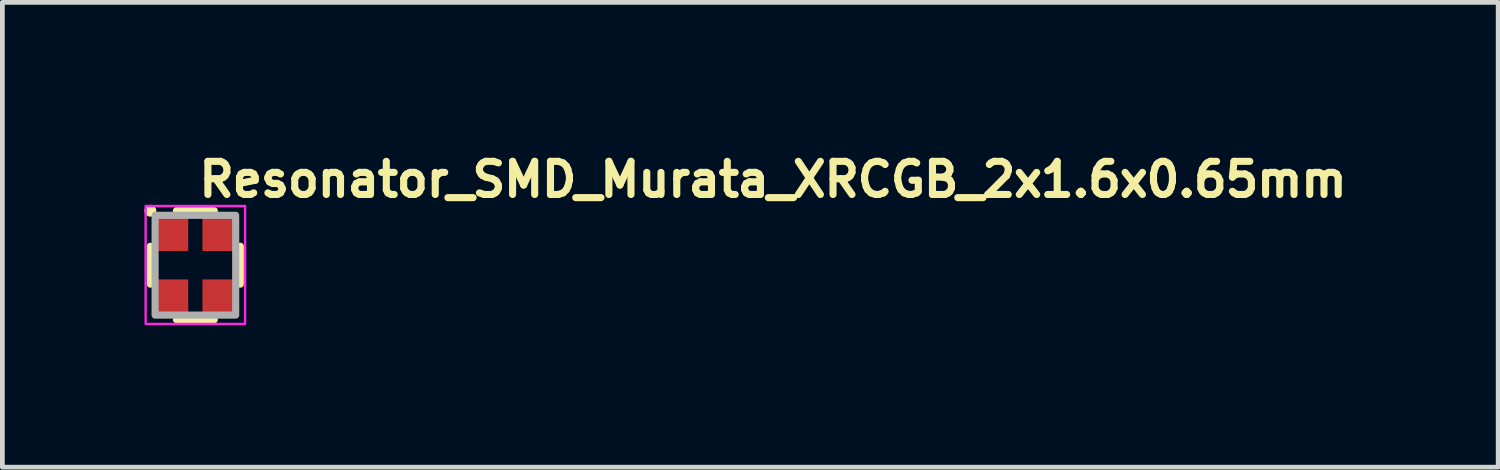
<source format=kicad_pcb>
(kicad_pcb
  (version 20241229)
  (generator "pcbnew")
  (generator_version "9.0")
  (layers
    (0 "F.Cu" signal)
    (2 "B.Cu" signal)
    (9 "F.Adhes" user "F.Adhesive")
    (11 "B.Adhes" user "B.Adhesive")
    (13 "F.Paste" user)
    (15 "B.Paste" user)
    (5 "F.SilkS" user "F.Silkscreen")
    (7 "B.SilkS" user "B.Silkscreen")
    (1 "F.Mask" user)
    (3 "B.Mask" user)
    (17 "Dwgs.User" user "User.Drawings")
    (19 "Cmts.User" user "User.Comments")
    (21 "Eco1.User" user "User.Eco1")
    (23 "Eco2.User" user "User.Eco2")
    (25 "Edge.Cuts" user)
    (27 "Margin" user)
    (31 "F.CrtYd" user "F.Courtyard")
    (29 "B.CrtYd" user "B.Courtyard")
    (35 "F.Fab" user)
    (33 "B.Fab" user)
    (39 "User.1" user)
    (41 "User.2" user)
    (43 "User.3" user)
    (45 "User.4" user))
  (footprint "Resonator_SMD_Murata_XRCGB_2x1.6x0.65mm"
    (layer "F.Cu")
    (at 1.075 2.55)
    (property "Reference" "Resonator_SMD_Murata_XRCGB_2x1.6x0.65mm" (at 0 -1.4 180) (layer "F.SilkS") (effects (font (size 0.7 0.7) (thickness 0.15)) (justify left bottom)))
    (attr smd)
    (fp_line (start -0.95 0.4) (end -0.95 -0.4) (stroke (width 0.15) (type solid)) (layer "F.SilkS"))
    (fp_line (start -0.4 -1.15) (end 0.4 -1.15) (stroke (width 0.15) (type solid)) (layer "F.SilkS"))
    (fp_line (start -0.4 1.15) (end 0.4 1.15) (stroke (width 0.15) (type solid)) (layer "F.SilkS"))
    (fp_line (start 0.95 0.4) (end 0.95 -0.4) (stroke (width 0.15) (type solid)) (layer "F.SilkS"))
    (fp_circle (center -0.95 -1.15) (end -0.9 -1.15) (stroke (width 0.15) (type solid)) (fill yes) (layer "F.SilkS"))
    (fp_rect (start -1.05 -1.25) (end 1.05 1.24) (stroke (width 0.05) (type solid)) (fill no) (layer "F.CrtYd"))
    (fp_rect (start -0.85 -1.054) (end 0.852 1.054) (stroke (width 0.15) (type solid)) (fill no) (layer "F.Fab"))
    (fp_rect (start -0.8 -1) (end 0.8 1) (stroke (width 0.15) (type solid)) (fill no) (layer "User.5"))
    (fp_line (start -0.8 -0.938) (end -0.8 -0.263) (stroke (width 0.02) (type solid)) (layer "User.9"))
    (fp_line (start -0.8 -0.263) (end -0.798 -0.263) (stroke (width 0.02) (type solid)) (layer "User.9"))
    (fp_line (start -0.8 -0.263) (end -0.798 -0.263) (stroke (width 0.02) (type solid)) (layer "User.9"))
    (fp_line (start -0.8 0.263) (end -0.8 0.937) (stroke (width 0.02) (type solid)) (layer "User.9"))
    (fp_line (start -0.8 0.937) (end -0.798 0.937) (stroke (width 0.02) (type solid)) (layer "User.9"))
    (fp_line (start -0.798 -0.938) (end -0.8 -0.938) (stroke (width 0.02) (type solid)) (layer "User.9"))
    (fp_line (start -0.798 -0.263) (end -0.794 -0.263) (stroke (width 0.02) (type solid)) (layer "User.9"))
    (fp_line (start -0.798 -0.263) (end -0.794 -0.263) (stroke (width 0.02) (type solid)) (layer "User.9"))
    (fp_line (start -0.798 0.262) (end -0.8 0.263) (stroke (width 0.02) (type solid)) (layer "User.9"))
    (fp_line (start -0.798 0.937) (end -0.794 0.937) (stroke (width 0.02) (type solid)) (layer "User.9"))
    (fp_line (start -0.794 -0.938) (end -0.798 -0.938) (stroke (width 0.02) (type solid)) (layer "User.9"))
    (fp_line (start -0.794 -0.263) (end -0.791 -0.263) (stroke (width 0.02) (type solid)) (layer "User.9"))
    (fp_line (start -0.794 -0.263) (end -0.791 -0.263) (stroke (width 0.02) (type solid)) (layer "User.9"))
    (fp_line (start -0.794 0.262) (end -0.798 0.262) (stroke (width 0.02) (type solid)) (layer "User.9"))
    (fp_line (start -0.794 0.937) (end -0.791 0.937) (stroke (width 0.02) (type solid)) (layer "User.9"))
    (fp_line (start -0.791 -0.938) (end -0.794 -0.938) (stroke (width 0.02) (type solid)) (layer "User.9"))
    (fp_line (start -0.791 -0.263) (end -0.787 -0.262) (stroke (width 0.02) (type solid)) (layer "User.9"))
    (fp_line (start -0.791 -0.263) (end -0.787 -0.262) (stroke (width 0.02) (type solid)) (layer "User.9"))
    (fp_line (start -0.791 0.262) (end -0.794 0.262) (stroke (width 0.02) (type solid)) (layer "User.9"))
    (fp_line (start -0.791 0.937) (end -0.789 0.938) (stroke (width 0.02) (type solid)) (layer "User.9"))
    (fp_line (start -0.789 -0.94) (end -0.791 -0.938) (stroke (width 0.02) (type solid)) (layer "User.9"))
    (fp_line (start -0.789 0.938) (end -0.785 0.938) (stroke (width 0.02) (type solid)) (layer "User.9"))
    (fp_line (start -0.787 -0.262) (end -0.785 -0.262) (stroke (width 0.02) (type solid)) (layer "User.9"))
    (fp_line (start -0.787 -0.262) (end -0.785 -0.262) (stroke (width 0.02) (type solid)) (layer "User.9"))
    (fp_line (start -0.787 0.261) (end -0.791 0.262) (stroke (width 0.02) (type solid)) (layer "User.9"))
    (fp_line (start -0.785 -0.94) (end -0.789 -0.94) (stroke (width 0.02) (type solid)) (layer "User.9"))
    (fp_line (start -0.785 -0.262) (end -0.781 -0.261) (stroke (width 0.02) (type solid)) (layer "User.9"))
    (fp_line (start -0.785 -0.262) (end -0.781 -0.261) (stroke (width 0.02) (type solid)) (layer "User.9"))
    (fp_line (start -0.785 0.261) (end -0.787 0.261) (stroke (width 0.02) (type solid)) (layer "User.9"))
    (fp_line (start -0.785 0.938) (end -0.783 0.939) (stroke (width 0.02) (type solid)) (layer "User.9"))
    (fp_line (start -0.783 -0.94) (end -0.785 -0.94) (stroke (width 0.02) (type solid)) (layer "User.9"))
    (fp_line (start -0.783 0.939) (end -0.779 0.94) (stroke (width 0.02) (type solid)) (layer "User.9"))
    (fp_line (start -0.781 -0.261) (end -0.779 -0.26) (stroke (width 0.02) (type solid)) (layer "User.9"))
    (fp_line (start -0.781 -0.261) (end -0.779 -0.26) (stroke (width 0.02) (type solid)) (layer "User.9"))
    (fp_line (start -0.781 0.26) (end -0.785 0.261) (stroke (width 0.02) (type solid)) (layer "User.9"))
    (fp_line (start -0.779 -0.942) (end -0.783 -0.94) (stroke (width 0.02) (type solid)) (layer "User.9"))
    (fp_line (start -0.779 -0.26) (end -0.777 -0.258) (stroke (width 0.02) (type solid)) (layer "User.9"))
    (fp_line (start -0.779 -0.26) (end -0.777 -0.258) (stroke (width 0.02) (type solid)) (layer "User.9"))
    (fp_line (start -0.779 0.259) (end -0.781 0.26) (stroke (width 0.02) (type solid)) (layer "User.9"))
    (fp_line (start -0.779 0.94) (end -0.777 0.941) (stroke (width 0.02) (type solid)) (layer "User.9"))
    (fp_line (start -0.777 -0.942) (end -0.779 -0.942) (stroke (width 0.02) (type solid)) (layer "User.9"))
    (fp_line (start -0.777 -0.258) (end -0.773 -0.256) (stroke (width 0.02) (type solid)) (layer "User.9"))
    (fp_line (start -0.777 -0.258) (end -0.773 -0.256) (stroke (width 0.02) (type solid)) (layer "User.9"))
    (fp_line (start -0.777 0.258) (end -0.779 0.259) (stroke (width 0.02) (type solid)) (layer "User.9"))
    (fp_line (start -0.777 0.941) (end -0.773 0.942) (stroke (width 0.02) (type solid)) (layer "User.9"))
    (fp_line (start -0.773 -0.944) (end -0.777 -0.942) (stroke (width 0.02) (type solid)) (layer "User.9"))
    (fp_line (start -0.773 -0.256) (end -0.771 -0.255) (stroke (width 0.02) (type solid)) (layer "User.9"))
    (fp_line (start -0.773 -0.256) (end -0.771 -0.255) (stroke (width 0.02) (type solid)) (layer "User.9"))
    (fp_line (start -0.773 0.256) (end -0.777 0.258) (stroke (width 0.02) (type solid)) (layer "User.9"))
    (fp_line (start -0.773 0.942) (end -0.771 0.944) (stroke (width 0.02) (type solid)) (layer "User.9"))
    (fp_line (start -0.771 -0.946) (end -0.773 -0.944) (stroke (width 0.02) (type solid)) (layer "User.9"))
    (fp_line (start -0.771 -0.255) (end -0.769 -0.253) (stroke (width 0.02) (type solid)) (layer "User.9"))
    (fp_line (start -0.771 -0.255) (end -0.769 -0.253) (stroke (width 0.02) (type solid)) (layer "User.9"))
    (fp_line (start -0.771 0.255) (end -0.773 0.256) (stroke (width 0.02) (type solid)) (layer "User.9"))
    (fp_line (start -0.771 0.944) (end -0.769 0.945) (stroke (width 0.02) (type solid)) (layer "User.9"))
    (fp_line (start -0.769 -0.946) (end -0.771 -0.946) (stroke (width 0.02) (type solid)) (layer "User.9"))
    (fp_line (start -0.769 -0.253) (end -0.765 -0.252) (stroke (width 0.02) (type solid)) (layer "User.9"))
    (fp_line (start -0.769 -0.253) (end -0.765 -0.252) (stroke (width 0.02) (type solid)) (layer "User.9"))
    (fp_line (start -0.769 0.252) (end -0.771 0.255) (stroke (width 0.02) (type solid)) (layer "User.9"))
    (fp_line (start -0.769 0.945) (end -0.765 0.947) (stroke (width 0.02) (type solid)) (layer "User.9"))
    (fp_line (start -0.765 -0.948) (end -0.769 -0.946) (stroke (width 0.02) (type solid)) (layer "User.9"))
    (fp_line (start -0.765 -0.252) (end -0.763 -0.25) (stroke (width 0.02) (type solid)) (layer "User.9"))
    (fp_line (start -0.765 -0.252) (end -0.763 -0.25) (stroke (width 0.02) (type solid)) (layer "User.9"))
    (fp_line (start -0.765 0.251) (end -0.769 0.252) (stroke (width 0.02) (type solid)) (layer "User.9"))
    (fp_line (start -0.765 0.947) (end -0.763 0.949) (stroke (width 0.02) (type solid)) (layer "User.9"))
    (fp_line (start -0.763 -0.95) (end -0.765 -0.948) (stroke (width 0.02) (type solid)) (layer "User.9"))
    (fp_line (start -0.763 -0.25) (end -0.761 -0.248) (stroke (width 0.02) (type solid)) (layer "User.9"))
    (fp_line (start -0.763 -0.25) (end -0.761 -0.248) (stroke (width 0.02) (type solid)) (layer "User.9"))
    (fp_line (start -0.763 0.249) (end -0.765 0.251) (stroke (width 0.02) (type solid)) (layer "User.9"))
    (fp_line (start -0.763 0.949) (end -0.761 0.951) (stroke (width 0.02) (type solid)) (layer "User.9"))
    (fp_line (start -0.761 -0.952) (end -0.763 -0.95) (stroke (width 0.02) (type solid)) (layer "User.9"))
    (fp_line (start -0.761 -0.248) (end -0.759 -0.246) (stroke (width 0.02) (type solid)) (layer "User.9"))
    (fp_line (start -0.761 -0.248) (end -0.759 -0.246) (stroke (width 0.02) (type solid)) (layer "User.9"))
    (fp_line (start -0.761 0.247) (end -0.763 0.249) (stroke (width 0.02) (type solid)) (layer "User.9"))
    (fp_line (start -0.761 0.951) (end -0.759 0.953) (stroke (width 0.02) (type solid)) (layer "User.9"))
    (fp_line (start -0.759 -0.954) (end -0.761 -0.952) (stroke (width 0.02) (type solid)) (layer "User.9"))
    (fp_line (start -0.759 -0.246) (end -0.757 -0.244) (stroke (width 0.02) (type solid)) (layer "User.9"))
    (fp_line (start -0.759 -0.246) (end -0.757 -0.244) (stroke (width 0.02) (type solid)) (layer "User.9"))
    (fp_line (start -0.759 0.245) (end -0.761 0.247) (stroke (width 0.02) (type solid)) (layer "User.9"))
    (fp_line (start -0.759 0.953) (end -0.757 0.955) (stroke (width 0.02) (type solid)) (layer "User.9"))
    (fp_line (start -0.757 -0.956) (end -0.759 -0.954) (stroke (width 0.02) (type solid)) (layer "User.9"))
    (fp_line (start -0.757 -0.956) (end -0.757 -0.956) (stroke (width 0.02) (type solid)) (layer "User.9"))
    (fp_line (start -0.757 -0.244) (end -0.755 -0.242) (stroke (width 0.02) (type solid)) (layer "User.9"))
    (fp_line (start -0.757 -0.244) (end -0.755 -0.242) (stroke (width 0.02) (type solid)) (layer "User.9"))
    (fp_line (start -0.757 0.243) (end -0.759 0.245) (stroke (width 0.02) (type solid)) (layer "User.9"))
    (fp_line (start -0.757 0.955) (end -0.757 0.955) (stroke (width 0.02) (type solid)) (layer "User.9"))
    (fp_line (start -0.757 0.955) (end -0.755 0.958) (stroke (width 0.02) (type solid)) (layer "User.9"))
    (fp_line (start -0.755 -0.958) (end -0.757 -0.956) (stroke (width 0.02) (type solid)) (layer "User.9"))
    (fp_line (start -0.755 -0.242) (end -0.753 -0.24) (stroke (width 0.02) (type solid)) (layer "User.9"))
    (fp_line (start -0.755 -0.242) (end -0.753 -0.24) (stroke (width 0.02) (type solid)) (layer "User.9"))
    (fp_line (start -0.755 0.241) (end -0.757 0.243) (stroke (width 0.02) (type solid)) (layer "User.9"))
    (fp_line (start -0.755 0.958) (end -0.753 0.96) (stroke (width 0.02) (type solid)) (layer "User.9"))
    (fp_line (start -0.753 -0.96) (end -0.755 -0.958) (stroke (width 0.02) (type solid)) (layer "User.9"))
    (fp_line (start -0.753 -0.24) (end -0.751 -0.237) (stroke (width 0.02) (type solid)) (layer "User.9"))
    (fp_line (start -0.753 -0.24) (end -0.751 -0.237) (stroke (width 0.02) (type solid)) (layer "User.9"))
    (fp_line (start -0.753 0.239) (end -0.755 0.241) (stroke (width 0.02) (type solid)) (layer "User.9"))
    (fp_line (start -0.753 0.96) (end -0.751 0.963) (stroke (width 0.02) (type solid)) (layer "User.9"))
    (fp_line (start -0.751 -0.964) (end -0.753 -0.96) (stroke (width 0.02) (type solid)) (layer "User.9"))
    (fp_line (start -0.751 -0.237) (end -0.749 -0.235) (stroke (width 0.02) (type solid)) (layer "User.9"))
    (fp_line (start -0.751 -0.237) (end -0.749 -0.235) (stroke (width 0.02) (type solid)) (layer "User.9"))
    (fp_line (start -0.751 0.236) (end -0.753 0.239) (stroke (width 0.02) (type solid)) (layer "User.9"))
    (fp_line (start -0.751 0.963) (end -0.749 0.965) (stroke (width 0.02) (type solid)) (layer "User.9"))
    (fp_line (start -0.749 -0.966) (end -0.751 -0.964) (stroke (width 0.02) (type solid)) (layer "User.9"))
    (fp_line (start -0.749 -0.235) (end -0.747 -0.232) (stroke (width 0.02) (type solid)) (layer "User.9"))
    (fp_line (start -0.749 -0.235) (end -0.747 -0.232) (stroke (width 0.02) (type solid)) (layer "User.9"))
    (fp_line (start -0.749 0.234) (end -0.751 0.236) (stroke (width 0.02) (type solid)) (layer "User.9"))
    (fp_line (start -0.749 0.965) (end -0.747 0.968) (stroke (width 0.02) (type solid)) (layer "User.9"))
    (fp_line (start -0.747 -0.968) (end -0.749 -0.966) (stroke (width 0.02) (type solid)) (layer "User.9"))
    (fp_line (start -0.747 -0.232) (end -0.745 -0.23) (stroke (width 0.02) (type solid)) (layer "User.9"))
    (fp_line (start -0.747 -0.232) (end -0.745 -0.23) (stroke (width 0.02) (type solid)) (layer "User.9"))
    (fp_line (start -0.747 0.231) (end -0.749 0.234) (stroke (width 0.02) (type solid)) (layer "User.9"))
    (fp_line (start -0.747 0.968) (end -0.745 0.971) (stroke (width 0.02) (type solid)) (layer "User.9"))
    (fp_line (start -0.745 -0.972) (end -0.747 -0.968) (stroke (width 0.02) (type solid)) (layer "User.9"))
    (fp_line (start -0.745 -0.23) (end -0.745 -0.227) (stroke (width 0.02) (type solid)) (layer "User.9"))
    (fp_line (start -0.745 -0.23) (end -0.745 -0.227) (stroke (width 0.02) (type solid)) (layer "User.9"))
    (fp_line (start -0.745 -0.227) (end -0.743 -0.224) (stroke (width 0.02) (type solid)) (layer "User.9"))
    (fp_line (start -0.745 -0.227) (end -0.743 -0.224) (stroke (width 0.02) (type solid)) (layer "User.9"))
    (fp_line (start -0.745 0.226) (end -0.745 0.229) (stroke (width 0.02) (type solid)) (layer "User.9"))
    (fp_line (start -0.745 0.229) (end -0.747 0.231) (stroke (width 0.02) (type solid)) (layer "User.9"))
    (fp_line (start -0.745 0.971) (end -0.743 0.973) (stroke (width 0.02) (type solid)) (layer "User.9"))
    (fp_line (start -0.743 -0.976) (end -0.743 -0.974) (stroke (width 0.02) (type solid)) (layer "User.9"))
    (fp_line (start -0.743 -0.974) (end -0.745 -0.972) (stroke (width 0.02) (type solid)) (layer "User.9"))
    (fp_line (start -0.743 -0.224) (end -0.741 -0.221) (stroke (width 0.02) (type solid)) (layer "User.9"))
    (fp_line (start -0.743 -0.224) (end -0.741 -0.221) (stroke (width 0.02) (type solid)) (layer "User.9"))
    (fp_line (start -0.743 0.223) (end -0.745 0.226) (stroke (width 0.02) (type solid)) (layer "User.9"))
    (fp_line (start -0.743 0.973) (end -0.743 0.976) (stroke (width 0.02) (type solid)) (layer "User.9"))
    (fp_line (start -0.743 0.976) (end -0.741 0.979) (stroke (width 0.02) (type solid)) (layer "User.9"))
    (fp_line (start -0.741 -0.982) (end -0.741 -0.98) (stroke (width 0.02) (type solid)) (layer "User.9"))
    (fp_line (start -0.741 -0.98) (end -0.743 -0.976) (stroke (width 0.02) (type solid)) (layer "User.9"))
    (fp_line (start -0.741 -0.221) (end -0.741 -0.219) (stroke (width 0.02) (type solid)) (layer "User.9"))
    (fp_line (start -0.741 -0.221) (end -0.741 -0.219) (stroke (width 0.02) (type solid)) (layer "User.9"))
    (fp_line (start -0.741 -0.219) (end -0.739 -0.216) (stroke (width 0.02) (type solid)) (layer "User.9"))
    (fp_line (start -0.741 -0.219) (end -0.739 -0.216) (stroke (width 0.02) (type solid)) (layer "User.9"))
    (fp_line (start -0.741 0.219) (end -0.741 0.22) (stroke (width 0.02) (type solid)) (layer "User.9"))
    (fp_line (start -0.741 0.22) (end -0.743 0.223) (stroke (width 0.02) (type solid)) (layer "User.9"))
    (fp_line (start -0.741 0.979) (end -0.741 0.982) (stroke (width 0.02) (type solid)) (layer "User.9"))
    (fp_line (start -0.741 0.982) (end -0.739 0.985) (stroke (width 0.02) (type solid)) (layer "User.9"))
    (fp_line (start -0.739 -1) (end -0.739 -0.998) (stroke (width 0.02) (type solid)) (layer "User.9"))
    (fp_line (start -0.739 -0.998) (end -0.739 -0.994) (stroke (width 0.02) (type solid)) (layer "User.9"))
    (fp_line (start -0.739 -0.994) (end -0.739 -0.992) (stroke (width 0.02) (type solid)) (layer "User.9"))
    (fp_line (start -0.739 -0.992) (end -0.739 -0.988) (stroke (width 0.02) (type solid)) (layer "User.9"))
    (fp_line (start -0.739 -0.988) (end -0.739 -0.986) (stroke (width 0.02) (type solid)) (layer "User.9"))
    (fp_line (start -0.739 -0.986) (end -0.741 -0.982) (stroke (width 0.02) (type solid)) (layer "User.9"))
    (fp_line (start -0.739 -0.216) (end -0.739 -0.213) (stroke (width 0.02) (type solid)) (layer "User.9"))
    (fp_line (start -0.739 -0.216) (end -0.739 -0.213) (stroke (width 0.02) (type solid)) (layer "User.9"))
    (fp_line (start -0.739 -0.213) (end -0.739 -0.21) (stroke (width 0.02) (type solid)) (layer "User.9"))
    (fp_line (start -0.739 -0.213) (end -0.739 -0.21) (stroke (width 0.02) (type solid)) (layer "User.9"))
    (fp_line (start -0.739 -0.21) (end -0.739 -0.206) (stroke (width 0.02) (type solid)) (layer "User.9"))
    (fp_line (start -0.739 -0.21) (end -0.739 -0.206) (stroke (width 0.02) (type solid)) (layer "User.9"))
    (fp_line (start -0.739 -0.206) (end -0.739 -0.203) (stroke (width 0.02) (type solid)) (layer "User.9"))
    (fp_line (start -0.739 -0.206) (end -0.739 -0.203) (stroke (width 0.02) (type solid)) (layer "User.9"))
    (fp_line (start -0.739 -0.203) (end -0.739 -0.2) (stroke (width 0.02) (type solid)) (layer "User.9"))
    (fp_line (start -0.739 -0.203) (end -0.739 -0.2) (stroke (width 0.02) (type solid)) (layer "User.9"))
    (fp_line (start -0.739 -0.2) (end -0.739 0.2) (stroke (width 0.02) (type solid)) (layer "User.9"))
    (fp_line (start -0.739 0.2) (end -0.739 0.203) (stroke (width 0.02) (type solid)) (layer "User.9"))
    (fp_line (start -0.739 0.203) (end -0.739 0.206) (stroke (width 0.02) (type solid)) (layer "User.9"))
    (fp_line (start -0.739 0.206) (end -0.739 0.21) (stroke (width 0.02) (type solid)) (layer "User.9"))
    (fp_line (start -0.739 0.21) (end -0.739 0.213) (stroke (width 0.02) (type solid)) (layer "User.9"))
    (fp_line (start -0.739 0.213) (end -0.739 0.216) (stroke (width 0.02) (type solid)) (layer "User.9"))
    (fp_line (start -0.739 0.216) (end -0.741 0.219) (stroke (width 0.02) (type solid)) (layer "User.9"))
    (fp_line (start -0.739 0.985) (end -0.739 0.988) (stroke (width 0.02) (type solid)) (layer "User.9"))
    (fp_line (start -0.739 0.988) (end -0.739 0.99) (stroke (width 0.02) (type solid)) (layer "User.9"))
    (fp_line (start -0.739 0.99) (end -0.739 0.993) (stroke (width 0.02) (type solid)) (layer "User.9"))
    (fp_line (start -0.739 0.993) (end -0.739 0.996) (stroke (width 0.02) (type solid)) (layer "User.9"))
    (fp_line (start -0.739 0.996) (end -0.739 0.999) (stroke (width 0.02) (type solid)) (layer "User.9"))
    (fp_line (start -0.739 0.999) (end 0.737 0.999) (stroke (width 0.02) (type solid)) (layer "User.9"))
    (fp_line (start -0.701 -0.831) (end -0.699 -0.835) (stroke (width 0.02) (type solid)) (layer "User.9"))
    (fp_line (start -0.701 -0.825) (end -0.701 -0.831) (stroke (width 0.02) (type solid)) (layer "User.9"))
    (fp_line (start -0.701 -0.825) (end -0.701 0.824) (stroke (width 0.02) (type solid)) (layer "User.9"))
    (fp_line (start -0.701 0.824) (end -0.701 0.83) (stroke (width 0.02) (type solid)) (layer "User.9"))
    (fp_line (start -0.701 0.83) (end -0.699 0.835) (stroke (width 0.02) (type solid)) (layer "User.9"))
    (fp_line (start -0.699 -0.845) (end -0.697 -0.851) (stroke (width 0.02) (type solid)) (layer "User.9"))
    (fp_line (start -0.699 -0.841) (end -0.699 -0.845) (stroke (width 0.02) (type solid)) (layer "User.9"))
    (fp_line (start -0.699 -0.835) (end -0.699 -0.841) (stroke (width 0.02) (type solid)) (layer "User.9"))
    (fp_line (start -0.699 0.835) (end -0.699 0.84) (stroke (width 0.02) (type solid)) (layer "User.9"))
    (fp_line (start -0.699 0.84) (end -0.699 0.845) (stroke (width 0.02) (type solid)) (layer "User.9"))
    (fp_line (start -0.699 0.845) (end -0.697 0.849) (stroke (width 0.02) (type solid)) (layer "User.9"))
    (fp_line (start -0.697 -0.855) (end -0.695 -0.859) (stroke (width 0.02) (type solid)) (layer "User.9"))
    (fp_line (start -0.697 -0.851) (end -0.697 -0.855) (stroke (width 0.02) (type solid)) (layer "User.9"))
    (fp_line (start -0.697 0.849) (end -0.697 0.854) (stroke (width 0.02) (type solid)) (layer "User.9"))
    (fp_line (start -0.697 0.854) (end -0.695 0.858) (stroke (width 0.02) (type solid)) (layer "User.9"))
    (fp_line (start -0.695 -0.859) (end -0.693 -0.865) (stroke (width 0.02) (type solid)) (layer "User.9"))
    (fp_line (start -0.695 0.858) (end -0.693 0.864) (stroke (width 0.02) (type solid)) (layer "User.9"))
    (fp_line (start -0.693 -0.865) (end -0.691 -0.869) (stroke (width 0.02) (type solid)) (layer "User.9"))
    (fp_line (start -0.693 0.864) (end -0.691 0.868) (stroke (width 0.02) (type solid)) (layer "User.9"))
    (fp_line (start -0.691 -0.869) (end -0.689 -0.873) (stroke (width 0.02) (type solid)) (layer "User.9"))
    (fp_line (start -0.691 0.868) (end -0.689 0.873) (stroke (width 0.02) (type solid)) (layer "User.9"))
    (fp_line (start -0.689 -0.873) (end -0.687 -0.877) (stroke (width 0.02) (type solid)) (layer "User.9"))
    (fp_line (start -0.689 0.873) (end -0.687 0.876) (stroke (width 0.02) (type solid)) (layer "User.9"))
    (fp_line (start -0.687 -0.877) (end -0.683 -0.881) (stroke (width 0.02) (type solid)) (layer "User.9"))
    (fp_line (start -0.687 0.876) (end -0.683 0.88) (stroke (width 0.02) (type solid)) (layer "User.9"))
    (fp_line (start -0.683 -0.881) (end -0.681 -0.885) (stroke (width 0.02) (type solid)) (layer "User.9"))
    (fp_line (start -0.683 0.88) (end -0.681 0.884) (stroke (width 0.02) (type solid)) (layer "User.9"))
    (fp_line (start -0.681 -0.885) (end -0.677 -0.889) (stroke (width 0.02) (type solid)) (layer "User.9"))
    (fp_line (start -0.681 0.884) (end -0.677 0.888) (stroke (width 0.02) (type solid)) (layer "User.9"))
    (fp_line (start -0.677 -0.889) (end -0.675 -0.893) (stroke (width 0.02) (type solid)) (layer "User.9"))
    (fp_line (start -0.677 0.888) (end -0.675 0.891) (stroke (width 0.02) (type solid)) (layer "User.9"))
    (fp_line (start -0.675 -0.893) (end -0.671 -0.897) (stroke (width 0.02) (type solid)) (layer "User.9"))
    (fp_line (start -0.675 0.891) (end -0.671 0.896) (stroke (width 0.02) (type solid)) (layer "User.9"))
    (fp_line (start -0.671 -0.897) (end -0.667 -0.9) (stroke (width 0.02) (type solid)) (layer "User.9"))
    (fp_line (start -0.671 0.896) (end -0.667 0.899) (stroke (width 0.02) (type solid)) (layer "User.9"))
    (fp_line (start -0.667 -0.9) (end -0.664 -0.902) (stroke (width 0.02) (type solid)) (layer "User.9"))
    (fp_line (start -0.667 0.899) (end -0.664 0.902) (stroke (width 0.02) (type solid)) (layer "User.9"))
    (fp_line (start -0.664 -0.902) (end -0.66 -0.906) (stroke (width 0.02) (type solid)) (layer "User.9"))
    (fp_line (start -0.664 0.902) (end -0.66 0.905) (stroke (width 0.02) (type solid)) (layer "User.9"))
    (fp_line (start -0.66 -0.906) (end -0.656 -0.908) (stroke (width 0.02) (type solid)) (layer "User.9"))
    (fp_line (start -0.66 0.905) (end -0.656 0.908) (stroke (width 0.02) (type solid)) (layer "User.9"))
    (fp_line (start -0.656 -0.908) (end -0.652 -0.912) (stroke (width 0.02) (type solid)) (layer "User.9"))
    (fp_line (start -0.656 0.908) (end -0.652 0.911) (stroke (width 0.02) (type solid)) (layer "User.9"))
    (fp_line (start -0.652 -0.912) (end -0.648 -0.914) (stroke (width 0.02) (type solid)) (layer "User.9"))
    (fp_line (start -0.652 0.911) (end -0.648 0.913) (stroke (width 0.02) (type solid)) (layer "User.9"))
    (fp_line (start -0.648 -0.914) (end -0.644 -0.916) (stroke (width 0.02) (type solid)) (layer "User.9"))
    (fp_line (start -0.648 0.913) (end -0.644 0.915) (stroke (width 0.02) (type solid)) (layer "User.9"))
    (fp_line (start -0.644 -0.916) (end -0.64 -0.918) (stroke (width 0.02) (type solid)) (layer "User.9"))
    (fp_line (start -0.644 0.915) (end -0.64 0.917) (stroke (width 0.02) (type solid)) (layer "User.9"))
    (fp_line (start -0.64 -0.918) (end -0.634 -0.92) (stroke (width 0.02) (type solid)) (layer "User.9"))
    (fp_line (start -0.64 0.917) (end -0.634 0.919) (stroke (width 0.02) (type solid)) (layer "User.9"))
    (fp_line (start -0.634 -0.92) (end -0.63 -0.922) (stroke (width 0.02) (type solid)) (layer "User.9"))
    (fp_line (start -0.634 0.919) (end -0.63 0.921) (stroke (width 0.02) (type solid)) (layer "User.9"))
    (fp_line (start -0.63 -0.922) (end -0.626 -0.922) (stroke (width 0.02) (type solid)) (layer "User.9"))
    (fp_line (start -0.63 0.921) (end -0.626 0.922) (stroke (width 0.02) (type solid)) (layer "User.9"))
    (fp_line (start -0.626 -0.922) (end -0.62 -0.924) (stroke (width 0.02) (type solid)) (layer "User.9"))
    (fp_line (start -0.626 0.922) (end -0.62 0.923) (stroke (width 0.02) (type solid)) (layer "User.9"))
    (fp_line (start -0.62 -0.924) (end -0.616 -0.924) (stroke (width 0.02) (type solid)) (layer "User.9"))
    (fp_line (start -0.62 0.923) (end -0.616 0.924) (stroke (width 0.02) (type solid)) (layer "User.9"))
    (fp_line (start -0.616 -0.924) (end -0.61 -0.924) (stroke (width 0.02) (type solid)) (layer "User.9"))
    (fp_line (start -0.616 0.924) (end -0.61 0.924) (stroke (width 0.02) (type solid)) (layer "User.9"))
    (fp_line (start -0.61 -0.924) (end -0.606 -0.926) (stroke (width 0.02) (type solid)) (layer "User.9"))
    (fp_line (start -0.61 0.924) (end -0.606 0.925) (stroke (width 0.02) (type solid)) (layer "User.9"))
    (fp_line (start -0.606 -0.926) (end -0.6 -0.926) (stroke (width 0.02) (type solid)) (layer "User.9"))
    (fp_line (start -0.606 0.925) (end -0.6 0.925) (stroke (width 0.02) (type solid)) (layer "User.9"))
    (fp_line (start -0.6 -0.926) (end 0.6 -0.926) (stroke (width 0.02) (type solid)) (layer "User.9"))
    (fp_line (start -0.6 0.925) (end 0.6 0.925) (stroke (width 0.02) (type solid)) (layer "User.9"))
    (fp_line (start -0.525 -0.67) (end -0.525 -0.664) (stroke (width 0.02) (type solid)) (layer "User.9"))
    (fp_line (start -0.525 -0.664) (end -0.525 -0.656) (stroke (width 0.02) (type solid)) (layer "User.9"))
    (fp_line (start -0.525 -0.656) (end -0.525 -0.65) (stroke (width 0.02) (type solid)) (layer "User.9"))
    (fp_line (start -0.525 -0.65) (end -0.525 -0.644) (stroke (width 0.02) (type solid)) (layer "User.9"))
    (fp_line (start -0.525 -0.644) (end -0.525 -0.637) (stroke (width 0.02) (type solid)) (layer "User.9"))
    (fp_line (start -0.525 -0.637) (end -0.525 -0.631) (stroke (width 0.02) (type solid)) (layer "User.9"))
    (fp_line (start -0.525 -0.631) (end -0.523 -0.625) (stroke (width 0.02) (type solid)) (layer "User.9"))
    (fp_line (start -0.523 -0.676) (end -0.525 -0.67) (stroke (width 0.02) (type solid)) (layer "User.9"))
    (fp_line (start -0.523 -0.625) (end -0.521 -0.619) (stroke (width 0.02) (type solid)) (layer "User.9"))
    (fp_line (start -0.521 -0.682) (end -0.523 -0.676) (stroke (width 0.02) (type solid)) (layer "User.9"))
    (fp_line (start -0.521 -0.619) (end -0.519 -0.613) (stroke (width 0.02) (type solid)) (layer "User.9"))
    (fp_line (start -0.519 -0.688) (end -0.521 -0.682) (stroke (width 0.02) (type solid)) (layer "User.9"))
    (fp_line (start -0.519 -0.613) (end -0.517 -0.607) (stroke (width 0.02) (type solid)) (layer "User.9"))
    (fp_line (start -0.517 -0.694) (end -0.519 -0.688) (stroke (width 0.02) (type solid)) (layer "User.9"))
    (fp_line (start -0.517 -0.607) (end -0.515 -0.601) (stroke (width 0.02) (type solid)) (layer "User.9"))
    (fp_line (start -0.515 -0.7) (end -0.517 -0.694) (stroke (width 0.02) (type solid)) (layer "User.9"))
    (fp_line (start -0.515 -0.601) (end -0.513 -0.597) (stroke (width 0.02) (type solid)) (layer "User.9"))
    (fp_line (start -0.513 -0.704) (end -0.515 -0.7) (stroke (width 0.02) (type solid)) (layer "User.9"))
    (fp_line (start -0.513 -0.597) (end -0.51 -0.591) (stroke (width 0.02) (type solid)) (layer "User.9"))
    (fp_line (start -0.51 -0.71) (end -0.513 -0.704) (stroke (width 0.02) (type solid)) (layer "User.9"))
    (fp_line (start -0.51 -0.591) (end -0.507 -0.585) (stroke (width 0.02) (type solid)) (layer "User.9"))
    (fp_line (start -0.507 -0.716) (end -0.51 -0.71) (stroke (width 0.02) (type solid)) (layer "User.9"))
    (fp_line (start -0.507 -0.585) (end -0.504 -0.581) (stroke (width 0.02) (type solid)) (layer "User.9"))
    (fp_line (start -0.504 -0.72) (end -0.507 -0.716) (stroke (width 0.02) (type solid)) (layer "User.9"))
    (fp_line (start -0.504 -0.581) (end -0.5 -0.575) (stroke (width 0.02) (type solid)) (layer "User.9"))
    (fp_line (start -0.5 -0.726) (end -0.504 -0.72) (stroke (width 0.02) (type solid)) (layer "User.9"))
    (fp_line (start -0.5 -0.575) (end -0.496 -0.571) (stroke (width 0.02) (type solid)) (layer "User.9"))
    (fp_line (start -0.496 -0.73) (end -0.5 -0.726) (stroke (width 0.02) (type solid)) (layer "User.9"))
    (fp_line (start -0.496 -0.571) (end -0.493 -0.567) (stroke (width 0.02) (type solid)) (layer "User.9"))
    (fp_line (start -0.493 -0.734) (end -0.496 -0.73) (stroke (width 0.02) (type solid)) (layer "User.9"))
    (fp_line (start -0.493 -0.567) (end -0.488 -0.563) (stroke (width 0.02) (type solid)) (layer "User.9"))
    (fp_line (start -0.488 -0.738) (end -0.493 -0.734) (stroke (width 0.02) (type solid)) (layer "User.9"))
    (fp_line (start -0.488 -0.563) (end -0.484 -0.559) (stroke (width 0.02) (type solid)) (layer "User.9"))
    (fp_line (start -0.484 -0.742) (end -0.488 -0.738) (stroke (width 0.02) (type solid)) (layer "User.9"))
    (fp_line (start -0.484 -0.559) (end -0.479 -0.555) (stroke (width 0.02) (type solid)) (layer "User.9"))
    (fp_line (start -0.479 -0.746) (end -0.484 -0.742) (stroke (width 0.02) (type solid)) (layer "User.9"))
    (fp_line (start -0.479 -0.555) (end -0.475 -0.551) (stroke (width 0.02) (type solid)) (layer "User.9"))
    (fp_line (start -0.475 -0.75) (end -0.479 -0.746) (stroke (width 0.02) (type solid)) (layer "User.9"))
    (fp_line (start -0.475 -0.551) (end -0.471 -0.547) (stroke (width 0.02) (type solid)) (layer "User.9"))
    (fp_line (start -0.471 -0.754) (end -0.475 -0.75) (stroke (width 0.02) (type solid)) (layer "User.9"))
    (fp_line (start -0.471 -0.547) (end -0.466 -0.543) (stroke (width 0.02) (type solid)) (layer "User.9"))
    (fp_line (start -0.466 -0.758) (end -0.471 -0.754) (stroke (width 0.02) (type solid)) (layer "User.9"))
    (fp_line (start -0.466 -0.543) (end -0.461 -0.541) (stroke (width 0.02) (type solid)) (layer "User.9"))
    (fp_line (start -0.461 -0.76) (end -0.466 -0.758) (stroke (width 0.02) (type solid)) (layer "User.9"))
    (fp_line (start -0.461 -0.541) (end -0.455 -0.537) (stroke (width 0.02) (type solid)) (layer "User.9"))
    (fp_line (start -0.455 -0.764) (end -0.461 -0.76) (stroke (width 0.02) (type solid)) (layer "User.9"))
    (fp_line (start -0.455 -0.537) (end -0.45 -0.535) (stroke (width 0.02) (type solid)) (layer "User.9"))
    (fp_line (start -0.45 -0.766) (end -0.455 -0.764) (stroke (width 0.02) (type solid)) (layer "User.9"))
    (fp_line (start -0.45 -0.535) (end -0.444 -0.533) (stroke (width 0.02) (type solid)) (layer "User.9"))
    (fp_line (start -0.444 -0.768) (end -0.45 -0.766) (stroke (width 0.02) (type solid)) (layer "User.9"))
    (fp_line (start -0.444 -0.533) (end -0.438 -0.531) (stroke (width 0.02) (type solid)) (layer "User.9"))
    (fp_line (start -0.438 -0.77) (end -0.444 -0.768) (stroke (width 0.02) (type solid)) (layer "User.9"))
    (fp_line (start -0.438 -0.531) (end -0.432 -0.529) (stroke (width 0.02) (type solid)) (layer "User.9"))
    (fp_line (start -0.432 -0.771) (end -0.438 -0.77) (stroke (width 0.02) (type solid)) (layer "User.9"))
    (fp_line (start -0.432 -0.529) (end -0.426 -0.529) (stroke (width 0.02) (type solid)) (layer "User.9"))
    (fp_line (start -0.426 -0.773) (end -0.432 -0.771) (stroke (width 0.02) (type solid)) (layer "User.9"))
    (fp_line (start -0.426 -0.529) (end -0.42 -0.527) (stroke (width 0.02) (type solid)) (layer "User.9"))
    (fp_line (start -0.42 -0.773) (end -0.426 -0.773) (stroke (width 0.02) (type solid)) (layer "User.9"))
    (fp_line (start -0.42 -0.527) (end -0.414 -0.527) (stroke (width 0.02) (type solid)) (layer "User.9"))
    (fp_line (start -0.414 -0.775) (end -0.42 -0.773) (stroke (width 0.02) (type solid)) (layer "User.9"))
    (fp_line (start -0.414 -0.527) (end -0.406 -0.525) (stroke (width 0.02) (type solid)) (layer "User.9"))
    (fp_line (start -0.406 -0.775) (end -0.414 -0.775) (stroke (width 0.02) (type solid)) (layer "User.9"))
    (fp_line (start -0.406 -0.525) (end -0.4 -0.525) (stroke (width 0.02) (type solid)) (layer "User.9"))
    (fp_line (start -0.4 -0.775) (end -0.406 -0.775) (stroke (width 0.02) (type solid)) (layer "User.9"))
    (fp_line (start -0.4 -0.775) (end -0.4 -0.775) (stroke (width 0.02) (type solid)) (layer "User.9"))
    (fp_line (start -0.4 -0.525) (end -0.4 -0.525) (stroke (width 0.02) (type solid)) (layer "User.9"))
    (fp_line (start -0.4 -0.525) (end -0.394 -0.525) (stroke (width 0.02) (type solid)) (layer "User.9"))
    (fp_line (start -0.394 -0.775) (end -0.4 -0.775) (stroke (width 0.02) (type solid)) (layer "User.9"))
    (fp_line (start -0.394 -0.525) (end -0.387 -0.527) (stroke (width 0.02) (type solid)) (layer "User.9"))
    (fp_line (start -0.387 -0.775) (end -0.394 -0.775) (stroke (width 0.02) (type solid)) (layer "User.9"))
    (fp_line (start -0.387 -0.527) (end -0.381 -0.527) (stroke (width 0.02) (type solid)) (layer "User.9"))
    (fp_line (start -0.381 -0.773) (end -0.387 -0.775) (stroke (width 0.02) (type solid)) (layer "User.9"))
    (fp_line (start -0.381 -0.527) (end -0.375 -0.529) (stroke (width 0.02) (type solid)) (layer "User.9"))
    (fp_line (start -0.375 -0.773) (end -0.381 -0.773) (stroke (width 0.02) (type solid)) (layer "User.9"))
    (fp_line (start -0.375 -0.529) (end -0.369 -0.529) (stroke (width 0.02) (type solid)) (layer "User.9"))
    (fp_line (start -0.369 -0.771) (end -0.375 -0.773) (stroke (width 0.02) (type solid)) (layer "User.9"))
    (fp_line (start -0.369 -0.529) (end -0.363 -0.531) (stroke (width 0.02) (type solid)) (layer "User.9"))
    (fp_line (start -0.363 -0.77) (end -0.369 -0.771) (stroke (width 0.02) (type solid)) (layer "User.9"))
    (fp_line (start -0.363 -0.531) (end -0.357 -0.533) (stroke (width 0.02) (type solid)) (layer "User.9"))
    (fp_line (start -0.357 -0.768) (end -0.363 -0.77) (stroke (width 0.02) (type solid)) (layer "User.9"))
    (fp_line (start -0.357 -0.533) (end -0.351 -0.535) (stroke (width 0.02) (type solid)) (layer "User.9"))
    (fp_line (start -0.351 -0.766) (end -0.357 -0.768) (stroke (width 0.02) (type solid)) (layer "User.9"))
    (fp_line (start -0.351 -0.535) (end -0.346 -0.537) (stroke (width 0.02) (type solid)) (layer "User.9"))
    (fp_line (start -0.346 -0.764) (end -0.351 -0.766) (stroke (width 0.02) (type solid)) (layer "User.9"))
    (fp_line (start -0.346 -0.537) (end -0.341 -0.541) (stroke (width 0.02) (type solid)) (layer "User.9"))
    (fp_line (start -0.341 -0.76) (end -0.346 -0.764) (stroke (width 0.02) (type solid)) (layer "User.9"))
    (fp_line (start -0.341 -0.541) (end -0.336 -0.543) (stroke (width 0.02) (type solid)) (layer "User.9"))
    (fp_line (start -0.336 -0.758) (end -0.341 -0.76) (stroke (width 0.02) (type solid)) (layer "User.9"))
    (fp_line (start -0.336 -0.543) (end -0.331 -0.547) (stroke (width 0.02) (type solid)) (layer "User.9"))
    (fp_line (start -0.331 -0.754) (end -0.336 -0.758) (stroke (width 0.02) (type solid)) (layer "User.9"))
    (fp_line (start -0.331 -0.547) (end -0.326 -0.551) (stroke (width 0.02) (type solid)) (layer "User.9"))
    (fp_line (start -0.326 -0.75) (end -0.331 -0.754) (stroke (width 0.02) (type solid)) (layer "User.9"))
    (fp_line (start -0.326 -0.551) (end -0.322 -0.555) (stroke (width 0.02) (type solid)) (layer "User.9"))
    (fp_line (start -0.322 -0.746) (end -0.326 -0.75) (stroke (width 0.02) (type solid)) (layer "User.9"))
    (fp_line (start -0.322 -0.555) (end -0.317 -0.559) (stroke (width 0.02) (type solid)) (layer "User.9"))
    (fp_line (start -0.317 -0.742) (end -0.322 -0.746) (stroke (width 0.02) (type solid)) (layer "User.9"))
    (fp_line (start -0.317 -0.559) (end -0.313 -0.563) (stroke (width 0.02) (type solid)) (layer "User.9"))
    (fp_line (start -0.313 -0.738) (end -0.317 -0.742) (stroke (width 0.02) (type solid)) (layer "User.9"))
    (fp_line (start -0.313 -0.563) (end -0.308 -0.567) (stroke (width 0.02) (type solid)) (layer "User.9"))
    (fp_line (start -0.308 -0.734) (end -0.313 -0.738) (stroke (width 0.02) (type solid)) (layer "User.9"))
    (fp_line (start -0.308 -0.567) (end -0.305 -0.571) (stroke (width 0.02) (type solid)) (layer "User.9"))
    (fp_line (start -0.305 -0.73) (end -0.308 -0.734) (stroke (width 0.02) (type solid)) (layer "User.9"))
    (fp_line (start -0.305 -0.571) (end -0.301 -0.575) (stroke (width 0.02) (type solid)) (layer "User.9"))
    (fp_line (start -0.301 -0.726) (end -0.305 -0.73) (stroke (width 0.02) (type solid)) (layer "User.9"))
    (fp_line (start -0.301 -0.575) (end -0.297 -0.581) (stroke (width 0.02) (type solid)) (layer "User.9"))
    (fp_line (start -0.297 -0.72) (end -0.301 -0.726) (stroke (width 0.02) (type solid)) (layer "User.9"))
    (fp_line (start -0.297 -0.581) (end -0.294 -0.585) (stroke (width 0.02) (type solid)) (layer "User.9"))
    (fp_line (start -0.294 -0.716) (end -0.297 -0.72) (stroke (width 0.02) (type solid)) (layer "User.9"))
    (fp_line (start -0.294 -0.585) (end -0.291 -0.591) (stroke (width 0.02) (type solid)) (layer "User.9"))
    (fp_line (start -0.291 -0.71) (end -0.294 -0.716) (stroke (width 0.02) (type solid)) (layer "User.9"))
    (fp_line (start -0.291 -0.591) (end -0.288 -0.597) (stroke (width 0.02) (type solid)) (layer "User.9"))
    (fp_line (start -0.288 -0.704) (end -0.291 -0.71) (stroke (width 0.02) (type solid)) (layer "User.9"))
    (fp_line (start -0.288 -0.597) (end -0.286 -0.601) (stroke (width 0.02) (type solid)) (layer "User.9"))
    (fp_line (start -0.286 -0.7) (end -0.288 -0.704) (stroke (width 0.02) (type solid)) (layer "User.9"))
    (fp_line (start -0.286 -0.601) (end -0.284 -0.607) (stroke (width 0.02) (type solid)) (layer "User.9"))
    (fp_line (start -0.284 -0.694) (end -0.286 -0.7) (stroke (width 0.02) (type solid)) (layer "User.9"))
    (fp_line (start -0.284 -0.607) (end -0.282 -0.613) (stroke (width 0.02) (type solid)) (layer "User.9"))
    (fp_line (start -0.282 -0.688) (end -0.284 -0.694) (stroke (width 0.02) (type solid)) (layer "User.9"))
    (fp_line (start -0.282 -0.613) (end -0.279 -0.619) (stroke (width 0.02) (type solid)) (layer "User.9"))
    (fp_line (start -0.279 -0.682) (end -0.282 -0.688) (stroke (width 0.02) (type solid)) (layer "User.9"))
    (fp_line (start -0.279 -0.619) (end -0.278 -0.625) (stroke (width 0.02) (type solid)) (layer "User.9"))
    (fp_line (start -0.278 -0.676) (end -0.279 -0.682) (stroke (width 0.02) (type solid)) (layer "User.9"))
    (fp_line (start -0.278 -0.625) (end -0.276 -0.631) (stroke (width 0.02) (type solid)) (layer "User.9"))
    (fp_line (start -0.276 -0.67) (end -0.278 -0.676) (stroke (width 0.02) (type solid)) (layer "User.9"))
    (fp_line (start -0.276 -0.664) (end -0.276 -0.67) (stroke (width 0.02) (type solid)) (layer "User.9"))
    (fp_line (start -0.276 -0.637) (end -0.275 -0.644) (stroke (width 0.02) (type solid)) (layer "User.9"))
    (fp_line (start -0.276 -0.631) (end -0.276 -0.637) (stroke (width 0.02) (type solid)) (layer "User.9"))
    (fp_line (start -0.275 -0.656) (end -0.276 -0.664) (stroke (width 0.02) (type solid)) (layer "User.9"))
    (fp_line (start -0.275 -0.65) (end -0.275 -0.656) (stroke (width 0.02) (type solid)) (layer "User.9"))
    (fp_line (start -0.275 -0.644) (end -0.275 -0.65) (stroke (width 0.02) (type solid)) (layer "User.9"))
    (fp_line (start 0.6 -0.926) (end 0.605 -0.926) (stroke (width 0.02) (type solid)) (layer "User.9"))
    (fp_line (start 0.605 -0.926) (end 0.609 -0.924) (stroke (width 0.02) (type solid)) (layer "User.9"))
    (fp_line (start 0.605 0.925) (end 0.6 0.925) (stroke (width 0.02) (type solid)) (layer "User.9"))
    (fp_line (start 0.609 -0.924) (end 0.614 -0.924) (stroke (width 0.02) (type solid)) (layer "User.9"))
    (fp_line (start 0.609 0.924) (end 0.605 0.925) (stroke (width 0.02) (type solid)) (layer "User.9"))
    (fp_line (start 0.614 -0.924) (end 0.62 -0.924) (stroke (width 0.02) (type solid)) (layer "User.9"))
    (fp_line (start 0.614 0.924) (end 0.609 0.924) (stroke (width 0.02) (type solid)) (layer "User.9"))
    (fp_line (start 0.62 -0.924) (end 0.625 -0.922) (stroke (width 0.02) (type solid)) (layer "User.9"))
    (fp_line (start 0.62 0.923) (end 0.614 0.924) (stroke (width 0.02) (type solid)) (layer "User.9"))
    (fp_line (start 0.625 -0.922) (end 0.63 -0.922) (stroke (width 0.02) (type solid)) (layer "User.9"))
    (fp_line (start 0.625 0.922) (end 0.62 0.923) (stroke (width 0.02) (type solid)) (layer "User.9"))
    (fp_line (start 0.63 -0.922) (end 0.633 -0.92) (stroke (width 0.02) (type solid)) (layer "User.9"))
    (fp_line (start 0.63 0.921) (end 0.625 0.922) (stroke (width 0.02) (type solid)) (layer "User.9"))
    (fp_line (start 0.633 -0.92) (end 0.638 -0.918) (stroke (width 0.02) (type solid)) (layer "User.9"))
    (fp_line (start 0.633 0.919) (end 0.63 0.921) (stroke (width 0.02) (type solid)) (layer "User.9"))
    (fp_line (start 0.638 -0.918) (end 0.642 -0.916) (stroke (width 0.02) (type solid)) (layer "User.9"))
    (fp_line (start 0.638 0.917) (end 0.633 0.919) (stroke (width 0.02) (type solid)) (layer "User.9"))
    (fp_line (start 0.642 -0.916) (end 0.648 -0.914) (stroke (width 0.02) (type solid)) (layer "User.9"))
    (fp_line (start 0.642 0.915) (end 0.638 0.917) (stroke (width 0.02) (type solid)) (layer "User.9"))
    (fp_line (start 0.648 -0.914) (end 0.652 -0.912) (stroke (width 0.02) (type solid)) (layer "User.9"))
    (fp_line (start 0.648 0.913) (end 0.642 0.915) (stroke (width 0.02) (type solid)) (layer "User.9"))
    (fp_line (start 0.652 -0.912) (end 0.656 -0.908) (stroke (width 0.02) (type solid)) (layer "User.9"))
    (fp_line (start 0.652 0.911) (end 0.648 0.913) (stroke (width 0.02) (type solid)) (layer "User.9"))
    (fp_line (start 0.656 -0.908) (end 0.66 -0.906) (stroke (width 0.02) (type solid)) (layer "User.9"))
    (fp_line (start 0.656 0.908) (end 0.652 0.911) (stroke (width 0.02) (type solid)) (layer "User.9"))
    (fp_line (start 0.66 -0.906) (end 0.663 -0.902) (stroke (width 0.02) (type solid)) (layer "User.9"))
    (fp_line (start 0.66 0.905) (end 0.656 0.908) (stroke (width 0.02) (type solid)) (layer "User.9"))
    (fp_line (start 0.663 -0.902) (end 0.666 -0.9) (stroke (width 0.02) (type solid)) (layer "User.9"))
    (fp_line (start 0.663 0.902) (end 0.66 0.905) (stroke (width 0.02) (type solid)) (layer "User.9"))
    (fp_line (start 0.666 -0.9) (end 0.67 -0.897) (stroke (width 0.02) (type solid)) (layer "User.9"))
    (fp_line (start 0.666 0.899) (end 0.663 0.902) (stroke (width 0.02) (type solid)) (layer "User.9"))
    (fp_line (start 0.67 -0.897) (end 0.673 -0.893) (stroke (width 0.02) (type solid)) (layer "User.9"))
    (fp_line (start 0.67 0.896) (end 0.666 0.899) (stroke (width 0.02) (type solid)) (layer "User.9"))
    (fp_line (start 0.673 -0.893) (end 0.676 -0.889) (stroke (width 0.02) (type solid)) (layer "User.9"))
    (fp_line (start 0.673 0.891) (end 0.67 0.896) (stroke (width 0.02) (type solid)) (layer "User.9"))
    (fp_line (start 0.676 -0.889) (end 0.68 -0.885) (stroke (width 0.02) (type solid)) (layer "User.9"))
    (fp_line (start 0.676 0.888) (end 0.673 0.891) (stroke (width 0.02) (type solid)) (layer "User.9"))
    (fp_line (start 0.68 -0.885) (end 0.683 -0.881) (stroke (width 0.02) (type solid)) (layer "User.9"))
    (fp_line (start 0.68 0.884) (end 0.676 0.888) (stroke (width 0.02) (type solid)) (layer "User.9"))
    (fp_line (start 0.683 -0.881) (end 0.686 -0.877) (stroke (width 0.02) (type solid)) (layer "User.9"))
    (fp_line (start 0.683 0.88) (end 0.68 0.884) (stroke (width 0.02) (type solid)) (layer "User.9"))
    (fp_line (start 0.686 -0.877) (end 0.688 -0.873) (stroke (width 0.02) (type solid)) (layer "User.9"))
    (fp_line (start 0.686 0.876) (end 0.683 0.88) (stroke (width 0.02) (type solid)) (layer "User.9"))
    (fp_line (start 0.688 -0.873) (end 0.69 -0.869) (stroke (width 0.02) (type solid)) (layer "User.9"))
    (fp_line (start 0.688 0.873) (end 0.686 0.876) (stroke (width 0.02) (type solid)) (layer "User.9"))
    (fp_line (start 0.69 -0.869) (end 0.692 -0.865) (stroke (width 0.02) (type solid)) (layer "User.9"))
    (fp_line (start 0.69 0.868) (end 0.688 0.873) (stroke (width 0.02) (type solid)) (layer "User.9"))
    (fp_line (start 0.692 -0.865) (end 0.694 -0.859) (stroke (width 0.02) (type solid)) (layer "User.9"))
    (fp_line (start 0.692 0.864) (end 0.69 0.868) (stroke (width 0.02) (type solid)) (layer "User.9"))
    (fp_line (start 0.694 -0.859) (end 0.695 -0.855) (stroke (width 0.02) (type solid)) (layer "User.9"))
    (fp_line (start 0.694 0.858) (end 0.692 0.864) (stroke (width 0.02) (type solid)) (layer "User.9"))
    (fp_line (start 0.695 -0.855) (end 0.696 -0.851) (stroke (width 0.02) (type solid)) (layer "User.9"))
    (fp_line (start 0.695 0.854) (end 0.694 0.858) (stroke (width 0.02) (type solid)) (layer "User.9"))
    (fp_line (start 0.696 -0.851) (end 0.697 -0.845) (stroke (width 0.02) (type solid)) (layer "User.9"))
    (fp_line (start 0.696 0.849) (end 0.695 0.854) (stroke (width 0.02) (type solid)) (layer "User.9"))
    (fp_line (start 0.697 -0.845) (end 0.698 -0.841) (stroke (width 0.02) (type solid)) (layer "User.9"))
    (fp_line (start 0.697 0.845) (end 0.696 0.849) (stroke (width 0.02) (type solid)) (layer "User.9"))
    (fp_line (start 0.698 -0.841) (end 0.698 -0.835) (stroke (width 0.02) (type solid)) (layer "User.9"))
    (fp_line (start 0.698 -0.835) (end 0.699 -0.831) (stroke (width 0.02) (type solid)) (layer "User.9"))
    (fp_line (start 0.698 0.835) (end 0.698 0.84) (stroke (width 0.02) (type solid)) (layer "User.9"))
    (fp_line (start 0.698 0.84) (end 0.697 0.845) (stroke (width 0.02) (type solid)) (layer "User.9"))
    (fp_line (start 0.699 -0.831) (end 0.699 -0.825) (stroke (width 0.02) (type solid)) (layer "User.9"))
    (fp_line (start 0.699 -0.825) (end 0.699 0.824) (stroke (width 0.02) (type solid)) (layer "User.9"))
    (fp_line (start 0.699 0.824) (end 0.699 0.83) (stroke (width 0.02) (type solid)) (layer "User.9"))
    (fp_line (start 0.699 0.83) (end 0.698 0.835) (stroke (width 0.02) (type solid)) (layer "User.9"))
    (fp_line (start 0.737 -1) (end -0.739 -1) (stroke (width 0.02) (type solid)) (layer "User.9"))
    (fp_line (start 0.737 -0.998) (end 0.737 -1) (stroke (width 0.02) (type solid)) (layer "User.9"))
    (fp_line (start 0.737 -0.994) (end 0.737 -0.998) (stroke (width 0.02) (type solid)) (layer "User.9"))
    (fp_line (start 0.737 -0.992) (end 0.737 -0.994) (stroke (width 0.02) (type solid)) (layer "User.9"))
    (fp_line (start 0.737 -0.21) (end 0.738 -0.213) (stroke (width 0.02) (type solid)) (layer "User.9"))
    (fp_line (start 0.737 -0.206) (end 0.737 -0.21) (stroke (width 0.02) (type solid)) (layer "User.9"))
    (fp_line (start 0.737 -0.203) (end 0.737 -0.206) (stroke (width 0.02) (type solid)) (layer "User.9"))
    (fp_line (start 0.737 -0.2) (end 0.737 -0.203) (stroke (width 0.02) (type solid)) (layer "User.9"))
    (fp_line (start 0.737 0.2) (end 0.737 -0.2) (stroke (width 0.02) (type solid)) (layer "User.9"))
    (fp_line (start 0.737 0.203) (end 0.737 0.2) (stroke (width 0.02) (type solid)) (layer "User.9"))
    (fp_line (start 0.737 0.203) (end 0.737 0.2) (stroke (width 0.02) (type solid)) (layer "User.9"))
    (fp_line (start 0.737 0.206) (end 0.737 0.203) (stroke (width 0.02) (type solid)) (layer "User.9"))
    (fp_line (start 0.737 0.206) (end 0.737 0.203) (stroke (width 0.02) (type solid)) (layer "User.9"))
    (fp_line (start 0.737 0.21) (end 0.737 0.206) (stroke (width 0.02) (type solid)) (layer "User.9"))
    (fp_line (start 0.737 0.21) (end 0.737 0.206) (stroke (width 0.02) (type solid)) (layer "User.9"))
    (fp_line (start 0.737 0.99) (end 0.738 0.988) (stroke (width 0.02) (type solid)) (layer "User.9"))
    (fp_line (start 0.737 0.993) (end 0.737 0.99) (stroke (width 0.02) (type solid)) (layer "User.9"))
    (fp_line (start 0.737 0.996) (end 0.737 0.993) (stroke (width 0.02) (type solid)) (layer "User.9"))
    (fp_line (start 0.737 0.999) (end 0.737 0.996) (stroke (width 0.02) (type solid)) (layer "User.9"))
    (fp_line (start 0.738 -0.988) (end 0.737 -0.992) (stroke (width 0.02) (type solid)) (layer "User.9"))
    (fp_line (start 0.738 -0.986) (end 0.738 -0.988) (stroke (width 0.02) (type solid)) (layer "User.9"))
    (fp_line (start 0.738 -0.216) (end 0.739 -0.219) (stroke (width 0.02) (type solid)) (layer "User.9"))
    (fp_line (start 0.738 -0.213) (end 0.738 -0.216) (stroke (width 0.02) (type solid)) (layer "User.9"))
    (fp_line (start 0.738 0.213) (end 0.737 0.21) (stroke (width 0.02) (type solid)) (layer "User.9"))
    (fp_line (start 0.738 0.213) (end 0.737 0.21) (stroke (width 0.02) (type solid)) (layer "User.9"))
    (fp_line (start 0.738 0.216) (end 0.738 0.213) (stroke (width 0.02) (type solid)) (layer "User.9"))
    (fp_line (start 0.738 0.216) (end 0.738 0.213) (stroke (width 0.02) (type solid)) (layer "User.9"))
    (fp_line (start 0.738 0.985) (end 0.739 0.982) (stroke (width 0.02) (type solid)) (layer "User.9"))
    (fp_line (start 0.738 0.988) (end 0.738 0.985) (stroke (width 0.02) (type solid)) (layer "User.9"))
    (fp_line (start 0.739 -0.982) (end 0.738 -0.986) (stroke (width 0.02) (type solid)) (layer "User.9"))
    (fp_line (start 0.739 -0.219) (end 0.74 -0.221) (stroke (width 0.02) (type solid)) (layer "User.9"))
    (fp_line (start 0.739 0.219) (end 0.738 0.216) (stroke (width 0.02) (type solid)) (layer "User.9"))
    (fp_line (start 0.739 0.219) (end 0.738 0.216) (stroke (width 0.02) (type solid)) (layer "User.9"))
    (fp_line (start 0.739 0.982) (end 0.74 0.979) (stroke (width 0.02) (type solid)) (layer "User.9"))
    (fp_line (start 0.74 -0.98) (end 0.739 -0.982) (stroke (width 0.02) (type solid)) (layer "User.9"))
    (fp_line (start 0.74 -0.221) (end 0.741 -0.224) (stroke (width 0.02) (type solid)) (layer "User.9"))
    (fp_line (start 0.74 0.22) (end 0.739 0.219) (stroke (width 0.02) (type solid)) (layer "User.9"))
    (fp_line (start 0.74 0.22) (end 0.739 0.219) (stroke (width 0.02) (type solid)) (layer "User.9"))
    (fp_line (start 0.74 0.979) (end 0.741 0.976) (stroke (width 0.02) (type solid)) (layer "User.9"))
    (fp_line (start 0.741 -0.976) (end 0.74 -0.98) (stroke (width 0.02) (type solid)) (layer "User.9"))
    (fp_line (start 0.741 -0.224) (end 0.744 -0.227) (stroke (width 0.02) (type solid)) (layer "User.9"))
    (fp_line (start 0.741 0.223) (end 0.74 0.22) (stroke (width 0.02) (type solid)) (layer "User.9"))
    (fp_line (start 0.741 0.223) (end 0.74 0.22) (stroke (width 0.02) (type solid)) (layer "User.9"))
    (fp_line (start 0.741 0.976) (end 0.742 0.973) (stroke (width 0.02) (type solid)) (layer "User.9"))
    (fp_line (start 0.742 -0.974) (end 0.741 -0.976) (stroke (width 0.02) (type solid)) (layer "User.9"))
    (fp_line (start 0.742 0.973) (end 0.745 0.971) (stroke (width 0.02) (type solid)) (layer "User.9"))
    (fp_line (start 0.744 -0.227) (end 0.745 -0.23) (stroke (width 0.02) (type solid)) (layer "User.9"))
    (fp_line (start 0.744 0.226) (end 0.741 0.223) (stroke (width 0.02) (type solid)) (layer "User.9"))
    (fp_line (start 0.744 0.226) (end 0.741 0.223) (stroke (width 0.02) (type solid)) (layer "User.9"))
    (fp_line (start 0.745 -0.972) (end 0.742 -0.974) (stroke (width 0.02) (type solid)) (layer "User.9"))
    (fp_line (start 0.745 -0.23) (end 0.747 -0.232) (stroke (width 0.02) (type solid)) (layer "User.9"))
    (fp_line (start 0.745 0.229) (end 0.744 0.226) (stroke (width 0.02) (type solid)) (layer "User.9"))
    (fp_line (start 0.745 0.229) (end 0.744 0.226) (stroke (width 0.02) (type solid)) (layer "User.9"))
    (fp_line (start 0.745 0.971) (end 0.746 0.968) (stroke (width 0.02) (type solid)) (layer "User.9"))
    (fp_line (start 0.746 -0.968) (end 0.745 -0.972) (stroke (width 0.02) (type solid)) (layer "User.9"))
    (fp_line (start 0.746 0.968) (end 0.748 0.965) (stroke (width 0.02) (type solid)) (layer "User.9"))
    (fp_line (start 0.747 -0.232) (end 0.748 -0.235) (stroke (width 0.02) (type solid)) (layer "User.9"))
    (fp_line (start 0.747 0.231) (end 0.745 0.229) (stroke (width 0.02) (type solid)) (layer "User.9"))
    (fp_line (start 0.747 0.231) (end 0.745 0.229) (stroke (width 0.02) (type solid)) (layer "User.9"))
    (fp_line (start 0.748 -0.966) (end 0.746 -0.968) (stroke (width 0.02) (type solid)) (layer "User.9"))
    (fp_line (start 0.748 -0.235) (end 0.75 -0.237) (stroke (width 0.02) (type solid)) (layer "User.9"))
    (fp_line (start 0.748 0.234) (end 0.747 0.231) (stroke (width 0.02) (type solid)) (layer "User.9"))
    (fp_line (start 0.748 0.234) (end 0.747 0.231) (stroke (width 0.02) (type solid)) (layer "User.9"))
    (fp_line (start 0.748 0.965) (end 0.75 0.963) (stroke (width 0.02) (type solid)) (layer "User.9"))
    (fp_line (start 0.75 -0.964) (end 0.748 -0.966) (stroke (width 0.02) (type solid)) (layer "User.9"))
    (fp_line (start 0.75 -0.237) (end 0.752 -0.24) (stroke (width 0.02) (type solid)) (layer "User.9"))
    (fp_line (start 0.75 0.236) (end 0.748 0.234) (stroke (width 0.02) (type solid)) (layer "User.9"))
    (fp_line (start 0.75 0.236) (end 0.748 0.234) (stroke (width 0.02) (type solid)) (layer "User.9"))
    (fp_line (start 0.75 0.963) (end 0.752 0.96) (stroke (width 0.02) (type solid)) (layer "User.9"))
    (fp_line (start 0.752 -0.96) (end 0.75 -0.964) (stroke (width 0.02) (type solid)) (layer "User.9"))
    (fp_line (start 0.752 -0.24) (end 0.754 -0.242) (stroke (width 0.02) (type solid)) (layer "User.9"))
    (fp_line (start 0.752 0.239) (end 0.75 0.236) (stroke (width 0.02) (type solid)) (layer "User.9"))
    (fp_line (start 0.752 0.239) (end 0.75 0.236) (stroke (width 0.02) (type solid)) (layer "User.9"))
    (fp_line (start 0.752 0.96) (end 0.754 0.958) (stroke (width 0.02) (type solid)) (layer "User.9"))
    (fp_line (start 0.754 -0.958) (end 0.752 -0.96) (stroke (width 0.02) (type solid)) (layer "User.9"))
    (fp_line (start 0.754 -0.242) (end 0.756 -0.244) (stroke (width 0.02) (type solid)) (layer "User.9"))
    (fp_line (start 0.754 0.241) (end 0.752 0.239) (stroke (width 0.02) (type solid)) (layer "User.9"))
    (fp_line (start 0.754 0.241) (end 0.752 0.239) (stroke (width 0.02) (type solid)) (layer "User.9"))
    (fp_line (start 0.754 0.958) (end 0.756 0.955) (stroke (width 0.02) (type solid)) (layer "User.9"))
    (fp_line (start 0.756 -0.956) (end 0.754 -0.958) (stroke (width 0.02) (type solid)) (layer "User.9"))
    (fp_line (start 0.756 -0.956) (end 0.756 -0.956) (stroke (width 0.02) (type solid)) (layer "User.9"))
    (fp_line (start 0.756 -0.244) (end 0.758 -0.246) (stroke (width 0.02) (type solid)) (layer "User.9"))
    (fp_line (start 0.756 0.243) (end 0.754 0.241) (stroke (width 0.02) (type solid)) (layer "User.9"))
    (fp_line (start 0.756 0.243) (end 0.754 0.241) (stroke (width 0.02) (type solid)) (layer "User.9"))
    (fp_line (start 0.756 0.955) (end 0.756 0.955) (stroke (width 0.02) (type solid)) (layer "User.9"))
    (fp_line (start 0.756 0.955) (end 0.758 0.953) (stroke (width 0.02) (type solid)) (layer "User.9"))
    (fp_line (start 0.758 -0.954) (end 0.756 -0.956) (stroke (width 0.02) (type solid)) (layer "User.9"))
    (fp_line (start 0.758 -0.246) (end 0.76 -0.248) (stroke (width 0.02) (type solid)) (layer "User.9"))
    (fp_line (start 0.758 0.245) (end 0.756 0.243) (stroke (width 0.02) (type solid)) (layer "User.9"))
    (fp_line (start 0.758 0.245) (end 0.756 0.243) (stroke (width 0.02) (type solid)) (layer "User.9"))
    (fp_line (start 0.758 0.953) (end 0.76 0.951) (stroke (width 0.02) (type solid)) (layer "User.9"))
    (fp_line (start 0.76 -0.952) (end 0.758 -0.954) (stroke (width 0.02) (type solid)) (layer "User.9"))
    (fp_line (start 0.76 -0.248) (end 0.763 -0.25) (stroke (width 0.02) (type solid)) (layer "User.9"))
    (fp_line (start 0.76 0.247) (end 0.758 0.245) (stroke (width 0.02) (type solid)) (layer "User.9"))
    (fp_line (start 0.76 0.247) (end 0.758 0.245) (stroke (width 0.02) (type solid)) (layer "User.9"))
    (fp_line (start 0.76 0.951) (end 0.763 0.949) (stroke (width 0.02) (type solid)) (layer "User.9"))
    (fp_line (start 0.763 -0.95) (end 0.76 -0.952) (stroke (width 0.02) (type solid)) (layer "User.9"))
    (fp_line (start 0.763 -0.25) (end 0.765 -0.252) (stroke (width 0.02) (type solid)) (layer "User.9"))
    (fp_line (start 0.763 0.249) (end 0.76 0.247) (stroke (width 0.02) (type solid)) (layer "User.9"))
    (fp_line (start 0.763 0.249) (end 0.76 0.247) (stroke (width 0.02) (type solid)) (layer "User.9"))
    (fp_line (start 0.763 0.949) (end 0.765 0.947) (stroke (width 0.02) (type solid)) (layer "User.9"))
    (fp_line (start 0.765 -0.948) (end 0.763 -0.95) (stroke (width 0.02) (type solid)) (layer "User.9"))
    (fp_line (start 0.765 -0.252) (end 0.768 -0.253) (stroke (width 0.02) (type solid)) (layer "User.9"))
    (fp_line (start 0.765 0.251) (end 0.763 0.249) (stroke (width 0.02) (type solid)) (layer "User.9"))
    (fp_line (start 0.765 0.251) (end 0.763 0.249) (stroke (width 0.02) (type solid)) (layer "User.9"))
    (fp_line (start 0.765 0.947) (end 0.768 0.945) (stroke (width 0.02) (type solid)) (layer "User.9"))
    (fp_line (start 0.768 -0.946) (end 0.765 -0.948) (stroke (width 0.02) (type solid)) (layer "User.9"))
    (fp_line (start 0.768 -0.253) (end 0.77 -0.255) (stroke (width 0.02) (type solid)) (layer "User.9"))
    (fp_line (start 0.768 0.252) (end 0.765 0.251) (stroke (width 0.02) (type solid)) (layer "User.9"))
    (fp_line (start 0.768 0.252) (end 0.765 0.251) (stroke (width 0.02) (type solid)) (layer "User.9"))
    (fp_line (start 0.768 0.945) (end 0.771 0.944) (stroke (width 0.02) (type solid)) (layer "User.9"))
    (fp_line (start 0.77 -0.255) (end 0.773 -0.256) (stroke (width 0.02) (type solid)) (layer "User.9"))
    (fp_line (start 0.77 0.255) (end 0.768 0.252) (stroke (width 0.02) (type solid)) (layer "User.9"))
    (fp_line (start 0.77 0.255) (end 0.768 0.252) (stroke (width 0.02) (type solid)) (layer "User.9"))
    (fp_line (start 0.771 -0.946) (end 0.768 -0.946) (stroke (width 0.02) (type solid)) (layer "User.9"))
    (fp_line (start 0.771 0.944) (end 0.773 0.942) (stroke (width 0.02) (type solid)) (layer "User.9"))
    (fp_line (start 0.773 -0.944) (end 0.771 -0.946) (stroke (width 0.02) (type solid)) (layer "User.9"))
    (fp_line (start 0.773 -0.256) (end 0.775 -0.258) (stroke (width 0.02) (type solid)) (layer "User.9"))
    (fp_line (start 0.773 0.256) (end 0.77 0.255) (stroke (width 0.02) (type solid)) (layer "User.9"))
    (fp_line (start 0.773 0.256) (end 0.77 0.255) (stroke (width 0.02) (type solid)) (layer "User.9"))
    (fp_line (start 0.773 0.942) (end 0.775 0.941) (stroke (width 0.02) (type solid)) (layer "User.9"))
    (fp_line (start 0.775 -0.942) (end 0.773 -0.944) (stroke (width 0.02) (type solid)) (layer "User.9"))
    (fp_line (start 0.775 -0.258) (end 0.778 -0.26) (stroke (width 0.02) (type solid)) (layer "User.9"))
    (fp_line (start 0.775 0.258) (end 0.773 0.256) (stroke (width 0.02) (type solid)) (layer "User.9"))
    (fp_line (start 0.775 0.258) (end 0.773 0.256) (stroke (width 0.02) (type solid)) (layer "User.9"))
    (fp_line (start 0.775 0.941) (end 0.778 0.94) (stroke (width 0.02) (type solid)) (layer "User.9"))
    (fp_line (start 0.778 -0.942) (end 0.775 -0.942) (stroke (width 0.02) (type solid)) (layer "User.9"))
    (fp_line (start 0.778 -0.26) (end 0.78 -0.261) (stroke (width 0.02) (type solid)) (layer "User.9"))
    (fp_line (start 0.778 0.259) (end 0.775 0.258) (stroke (width 0.02) (type solid)) (layer "User.9"))
    (fp_line (start 0.778 0.259) (end 0.775 0.258) (stroke (width 0.02) (type solid)) (layer "User.9"))
    (fp_line (start 0.778 0.94) (end 0.781 0.939) (stroke (width 0.02) (type solid)) (layer "User.9"))
    (fp_line (start 0.78 -0.261) (end 0.783 -0.262) (stroke (width 0.02) (type solid)) (layer "User.9"))
    (fp_line (start 0.78 0.26) (end 0.778 0.259) (stroke (width 0.02) (type solid)) (layer "User.9"))
    (fp_line (start 0.78 0.26) (end 0.778 0.259) (stroke (width 0.02) (type solid)) (layer "User.9"))
    (fp_line (start 0.781 -0.94) (end 0.778 -0.942) (stroke (width 0.02) (type solid)) (layer "User.9"))
    (fp_line (start 0.781 0.939) (end 0.784 0.938) (stroke (width 0.02) (type solid)) (layer "User.9"))
    (fp_line (start 0.783 -0.262) (end 0.786 -0.262) (stroke (width 0.02) (type solid)) (layer "User.9"))
    (fp_line (start 0.783 0.261) (end 0.78 0.26) (stroke (width 0.02) (type solid)) (layer "User.9"))
    (fp_line (start 0.783 0.261) (end 0.78 0.26) (stroke (width 0.02) (type solid)) (layer "User.9"))
    (fp_line (start 0.784 -0.94) (end 0.781 -0.94) (stroke (width 0.02) (type solid)) (layer "User.9"))
    (fp_line (start 0.784 0.938) (end 0.787 0.938) (stroke (width 0.02) (type solid)) (layer "User.9"))
    (fp_line (start 0.786 -0.262) (end 0.789 -0.263) (stroke (width 0.02) (type solid)) (layer "User.9"))
    (fp_line (start 0.786 0.261) (end 0.783 0.261) (stroke (width 0.02) (type solid)) (layer "User.9"))
    (fp_line (start 0.786 0.261) (end 0.783 0.261) (stroke (width 0.02) (type solid)) (layer "User.9"))
    (fp_line (start 0.787 -0.94) (end 0.784 -0.94) (stroke (width 0.02) (type solid)) (layer "User.9"))
    (fp_line (start 0.787 0.938) (end 0.79 0.937) (stroke (width 0.02) (type solid)) (layer "User.9"))
    (fp_line (start 0.789 -0.263) (end 0.793 -0.263) (stroke (width 0.02) (type solid)) (layer "User.9"))
    (fp_line (start 0.789 0.262) (end 0.786 0.261) (stroke (width 0.02) (type solid)) (layer "User.9"))
    (fp_line (start 0.789 0.262) (end 0.786 0.261) (stroke (width 0.02) (type solid)) (layer "User.9"))
    (fp_line (start 0.79 -0.938) (end 0.787 -0.94) (stroke (width 0.02) (type solid)) (layer "User.9"))
    (fp_line (start 0.79 0.937) (end 0.793 0.937) (stroke (width 0.02) (type solid)) (layer "User.9"))
    (fp_line (start 0.793 -0.938) (end 0.79 -0.938) (stroke (width 0.02) (type solid)) (layer "User.9"))
    (fp_line (start 0.793 -0.263) (end 0.796 -0.263) (stroke (width 0.02) (type solid)) (layer "User.9"))
    (fp_line (start 0.793 0.262) (end 0.789 0.262) (stroke (width 0.02) (type solid)) (layer "User.9"))
    (fp_line (start 0.793 0.262) (end 0.789 0.262) (stroke (width 0.02) (type solid)) (layer "User.9"))
    (fp_line (start 0.793 0.937) (end 0.796 0.937) (stroke (width 0.02) (type solid)) (layer "User.9"))
    (fp_line (start 0.796 -0.938) (end 0.793 -0.938) (stroke (width 0.02) (type solid)) (layer "User.9"))
    (fp_line (start 0.796 -0.263) (end 0.799 -0.263) (stroke (width 0.02) (type solid)) (layer "User.9"))
    (fp_line (start 0.796 0.262) (end 0.793 0.262) (stroke (width 0.02) (type solid)) (layer "User.9"))
    (fp_line (start 0.796 0.262) (end 0.793 0.262) (stroke (width 0.02) (type solid)) (layer "User.9"))
    (fp_line (start 0.796 0.937) (end 0.799 0.937) (stroke (width 0.02) (type solid)) (layer "User.9"))
    (fp_line (start 0.799 -0.938) (end 0.796 -0.938) (stroke (width 0.02) (type solid)) (layer "User.9"))
    (fp_line (start 0.799 -0.263) (end 0.799 -0.938) (stroke (width 0.02) (type solid)) (layer "User.9"))
    (fp_line (start 0.799 0.263) (end 0.796 0.262) (stroke (width 0.02) (type solid)) (layer "User.9"))
    (fp_line (start 0.799 0.263) (end 0.796 0.262) (stroke (width 0.02) (type solid)) (layer "User.9"))
    (fp_line (start 0.799 0.937) (end 0.799 0.263) (stroke (width 0.02) (type solid)) (layer "User.9"))
    (pad "1" smd rect (at -0.5 -0.675) (size 0.7 0.75) (layers "F.Cu" "F.Mask" "F.Paste"))
    (pad "2" smd rect (at -0.5 0.675) (size 0.7 0.75) (layers "F.Cu" "F.Mask" "F.Paste"))
    (pad "3" smd rect (at 0.5 0.675) (size 0.7 0.75) (layers "F.Cu" "F.Mask" "F.Paste"))
    (pad "4" smd rect (at 0.5 -0.675) (size 0.7 0.75) (layers "F.Cu" "F.Mask" "F.Paste")))
  (gr_rect
    (start -3 -3)
    (end 28.585 6.815)
    (stroke (width 0.1) (type default))
    (fill no)
    (layer "Edge.Cuts")))
</source>
